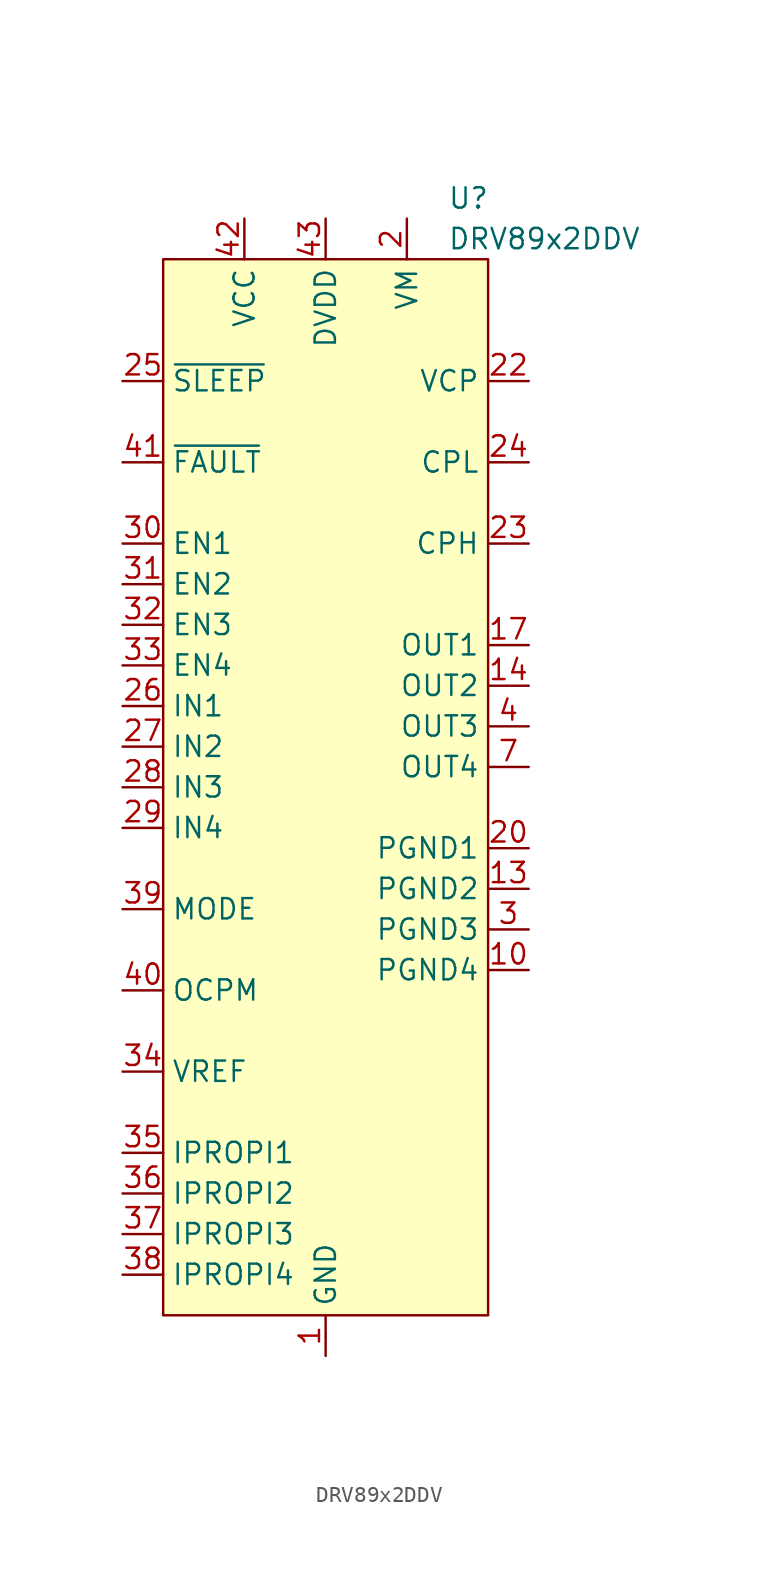
<source format=kicad_sym>
(kicad_symbol_lib
  (version 20220914)
  (generator kicad_symbol_editor)
  (symbol "DRV89x2DDV"
    (property "Reference" "U"
      (at 7.62 36.83 0)
      (effects (font (size 1.27 1.27)) (justify left)))
    (property "Value" "DRV89x2DDV"
      (at 7.62 34.29 0)
      (effects (font (size 1.27 1.27)) (justify left)))
    (symbol "DRV89x2DDV_0_0"
      (pin unspecified line (at 0 -35.56 90) (length 2.54) (name "GND" (effects (font (size 1.27 1.27)))) (number "1" (effects (font (size 1.27 1.27)))))
      (pin unspecified line (at 12.7 -11.43 180) (length 2.54) (name "PGND4" (effects (font (size 1.27 1.27)))) (number "10" (effects (font (size 1.27 1.27)))))
      (pin unspecified line (at 5.08 35.56 270) (length 2.54) hide (name "VM" (effects (font (size 1.27 1.27)))) (number "11" (effects (font (size 1.27 1.27)))))
      (pin unspecified line (at 5.08 35.56 270) (length 2.54) hide (name "VM" (effects (font (size 1.27 1.27)))) (number "12" (effects (font (size 1.27 1.27)))))
      (pin unspecified line (at 12.7 -6.35 180) (length 2.54) (name "PGND2" (effects (font (size 1.27 1.27)))) (number "13" (effects (font (size 1.27 1.27)))))
      (pin unspecified line (at 12.7 6.35 180) (length 2.54) (name "OUT2" (effects (font (size 1.27 1.27)))) (number "14" (effects (font (size 1.27 1.27)))))
      (pin unspecified line (at 12.7 6.35 180) (length 2.54) hide (name "OUT2" (effects (font (size 1.27 1.27)))) (number "15" (effects (font (size 1.27 1.27)))))
      (pin unspecified line (at 12.7 6.35 180) (length 2.54) hide (name "OUT2" (effects (font (size 1.27 1.27)))) (number "16" (effects (font (size 1.27 1.27)))))
      (pin unspecified line (at 12.7 8.89 180) (length 2.54) (name "OUT1" (effects (font (size 1.27 1.27)))) (number "17" (effects (font (size 1.27 1.27)))))
      (pin unspecified line (at 12.7 8.89 180) (length 2.54) hide (name "OUT1" (effects (font (size 1.27 1.27)))) (number "18" (effects (font (size 1.27 1.27)))))
      (pin unspecified line (at 12.7 8.89 180) (length 2.54) hide (name "OUT1" (effects (font (size 1.27 1.27)))) (number "19" (effects (font (size 1.27 1.27)))))
      (pin unspecified line (at 5.08 35.56 270) (length 2.54) (name "VM" (effects (font (size 1.27 1.27)))) (number "2" (effects (font (size 1.27 1.27)))))
      (pin unspecified line (at 12.7 -3.81 180) (length 2.54) (name "PGND1" (effects (font (size 1.27 1.27)))) (number "20" (effects (font (size 1.27 1.27)))))
      (pin unspecified line (at 5.08 35.56 270) (length 2.54) hide (name "VM" (effects (font (size 1.27 1.27)))) (number "21" (effects (font (size 1.27 1.27)))))
      (pin unspecified line (at 12.7 25.4 180) (length 2.54) (name "VCP" (effects (font (size 1.27 1.27)))) (number "22" (effects (font (size 1.27 1.27)))))
      (pin unspecified line (at 12.7 15.24 180) (length 2.54) (name "CPH" (effects (font (size 1.27 1.27)))) (number "23" (effects (font (size 1.27 1.27)))))
      (pin unspecified line (at 12.7 20.32 180) (length 2.54) (name "CPL" (effects (font (size 1.27 1.27)))) (number "24" (effects (font (size 1.27 1.27)))))
      (pin unspecified line (at -12.7 25.4 0) (length 2.54) (name "~{SLEEP}" (effects (font (size 1.27 1.27)))) (number "25" (effects (font (size 1.27 1.27)))))
      (pin unspecified line (at -12.7 5.08 0) (length 2.54) (name "IN1" (effects (font (size 1.27 1.27)))) (number "26" (effects (font (size 1.27 1.27)))))
      (pin unspecified line (at -12.7 2.54 0) (length 2.54) (name "IN2" (effects (font (size 1.27 1.27)))) (number "27" (effects (font (size 1.27 1.27)))))
      (pin unspecified line (at -12.7 0 0) (length 2.54) (name "IN3" (effects (font (size 1.27 1.27)))) (number "28" (effects (font (size 1.27 1.27)))))
      (pin unspecified line (at -12.7 -2.54 0) (length 2.54) (name "IN4" (effects (font (size 1.27 1.27)))) (number "29" (effects (font (size 1.27 1.27)))))
      (pin unspecified line (at 12.7 -8.89 180) (length 2.54) (name "PGND3" (effects (font (size 1.27 1.27)))) (number "3" (effects (font (size 1.27 1.27)))))
      (pin unspecified line (at -12.7 15.24 0) (length 2.54) (name "EN1" (effects (font (size 1.27 1.27)))) (number "30" (effects (font (size 1.27 1.27)))))
      (pin unspecified line (at -12.7 12.7 0) (length 2.54) (name "EN2" (effects (font (size 1.27 1.27)))) (number "31" (effects (font (size 1.27 1.27)))))
      (pin unspecified line (at -12.7 10.16 0) (length 2.54) (name "EN3" (effects (font (size 1.27 1.27)))) (number "32" (effects (font (size 1.27 1.27)))))
      (pin unspecified line (at -12.7 7.62 0) (length 2.54) (name "EN4" (effects (font (size 1.27 1.27)))) (number "33" (effects (font (size 1.27 1.27)))))
      (pin unspecified line (at -12.7 -17.78 0) (length 2.54) (name "VREF" (effects (font (size 1.27 1.27)))) (number "34" (effects (font (size 1.27 1.27)))))
      (pin unspecified line (at -12.7 -22.86 0) (length 2.54) (name "IPROPI1" (effects (font (size 1.27 1.27)))) (number "35" (effects (font (size 1.27 1.27)))))
      (pin unspecified line (at -12.7 -25.4 0) (length 2.54) (name "IPROPI2" (effects (font (size 1.27 1.27)))) (number "36" (effects (font (size 1.27 1.27)))))
      (pin unspecified line (at -12.7 -27.94 0) (length 2.54) (name "IPROPI3" (effects (font (size 1.27 1.27)))) (number "37" (effects (font (size 1.27 1.27)))))
      (pin unspecified line (at -12.7 -30.48 0) (length 2.54) (name "IPROPI4" (effects (font (size 1.27 1.27)))) (number "38" (effects (font (size 1.27 1.27)))))
      (pin unspecified line (at -12.7 -7.62 0) (length 2.54) (name "MODE" (effects (font (size 1.27 1.27)))) (number "39" (effects (font (size 1.27 1.27)))))
      (pin unspecified line (at 12.7 3.81 180) (length 2.54) (name "OUT3" (effects (font (size 1.27 1.27)))) (number "4" (effects (font (size 1.27 1.27)))))
      (pin unspecified line (at -12.7 -12.7 0) (length 2.54) (name "OCPM" (effects (font (size 1.27 1.27)))) (number "40" (effects (font (size 1.27 1.27)))))
      (pin unspecified line (at -12.7 20.32 0) (length 2.54) (name "~{FAULT}" (effects (font (size 1.27 1.27)))) (number "41" (effects (font (size 1.27 1.27)))))
      (pin unspecified line (at -5.08 35.56 270) (length 2.54) (name "VCC" (effects (font (size 1.27 1.27)))) (number "42" (effects (font (size 1.27 1.27)))))
      (pin unspecified line (at 0 35.56 270) (length 2.54) (name "DVDD" (effects (font (size 1.27 1.27)))) (number "43" (effects (font (size 1.27 1.27)))))
      (pin unspecified line (at 0 -35.56 90) (length 2.54) hide (name "GND" (effects (font (size 1.27 1.27)))) (number "44" (effects (font (size 1.27 1.27)))))
      (pin unspecified line (at 12.7 3.81 180) (length 2.54) hide (name "OUT3" (effects (font (size 1.27 1.27)))) (number "5" (effects (font (size 1.27 1.27)))))
      (pin unspecified line (at 12.7 3.81 180) (length 2.54) hide (name "OUT3" (effects (font (size 1.27 1.27)))) (number "6" (effects (font (size 1.27 1.27)))))
      (pin unspecified line (at 12.7 1.27 180) (length 2.54) (name "OUT4" (effects (font (size 1.27 1.27)))) (number "7" (effects (font (size 1.27 1.27)))))
      (pin unspecified line (at 12.7 1.27 180) (length 2.54) hide (name "OUT4" (effects (font (size 1.27 1.27)))) (number "8" (effects (font (size 1.27 1.27)))))
      (pin unspecified line (at 12.7 1.27 180) (length 2.54) hide (name "OUT4" (effects (font (size 1.27 1.27)))) (number "9" (effects (font (size 1.27 1.27))))))
    (symbol "DRV89x2DDV_0_1"
      (rectangle (start -10.16 33.02) (end 10.16 -33.02) (stroke (width 0) (type default)) (fill (type background))))))
</source>
